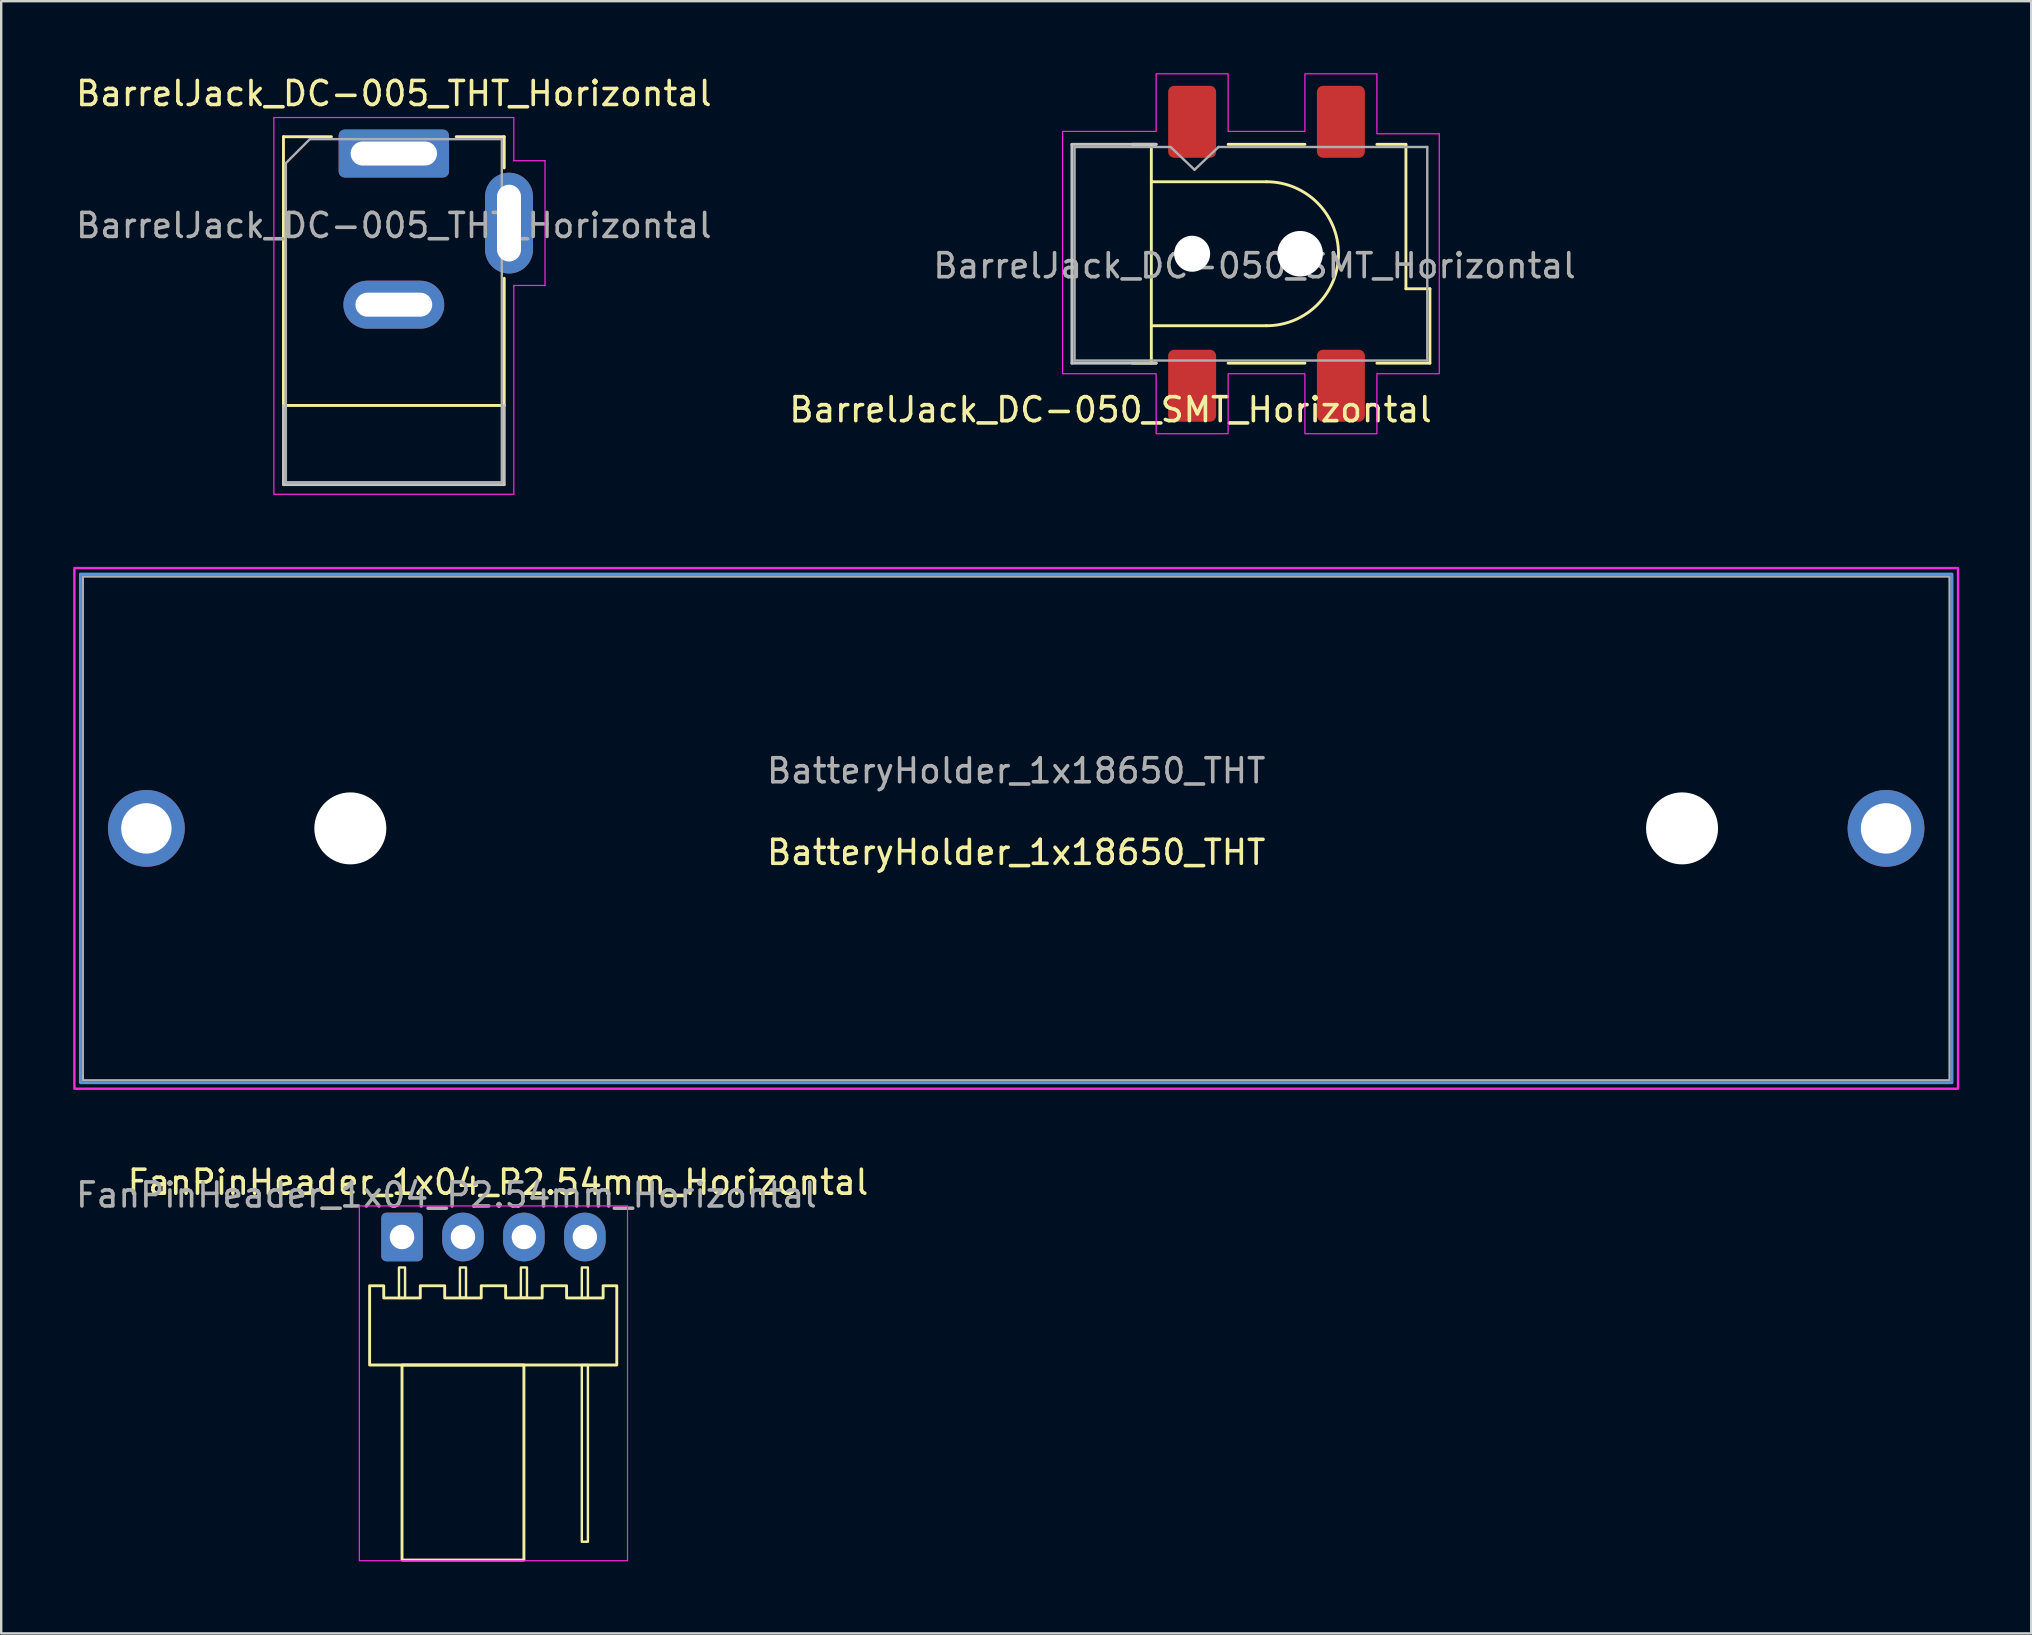
<source format=kicad_pcb>
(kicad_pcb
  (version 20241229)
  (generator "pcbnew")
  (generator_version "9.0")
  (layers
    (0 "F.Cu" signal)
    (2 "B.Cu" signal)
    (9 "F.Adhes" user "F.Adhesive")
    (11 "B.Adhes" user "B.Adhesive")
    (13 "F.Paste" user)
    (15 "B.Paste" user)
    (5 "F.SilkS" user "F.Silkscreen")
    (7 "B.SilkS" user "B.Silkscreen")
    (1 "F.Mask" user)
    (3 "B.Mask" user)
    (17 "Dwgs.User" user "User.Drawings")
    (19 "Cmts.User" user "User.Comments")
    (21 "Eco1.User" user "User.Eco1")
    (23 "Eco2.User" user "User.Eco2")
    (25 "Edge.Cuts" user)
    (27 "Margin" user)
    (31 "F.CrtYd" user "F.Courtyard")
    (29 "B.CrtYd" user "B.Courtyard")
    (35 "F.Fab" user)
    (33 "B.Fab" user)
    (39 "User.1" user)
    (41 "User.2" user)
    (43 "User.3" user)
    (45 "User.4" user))
  (footprint "FanPinHeader_1x04_P2.54mm_Horizontal"
    (layer "F.Cu")
    (at 13.704 48.502)
    (property "Reference" "FanPinHeader_1x04_P2.54mm_Horizontal" (at 4 -2.28 0) (layer "F.SilkS") (effects (font (size 1 1) (thickness 0.15))))
    (attr through_hole)
    (fp_rect (start -0.127 1.27) (end 0.127 2.54) (stroke (width 0.1) (type default)) (fill no) (layer "F.SilkS"))
    (fp_rect (start 2.413 1.27) (end 2.667 2.526) (stroke (width 0.1) (type default)) (fill no) (layer "F.SilkS"))
    (fp_rect (start 4.953 1.27) (end 5.207 2.526) (stroke (width 0.1) (type default)) (fill no) (layer "F.SilkS"))
    (fp_rect (start 7.493 1.27) (end 7.747 2.54) (stroke (width 0.1) (type default)) (fill no) (layer "F.SilkS"))
    (fp_rect (start 7.493 5.334) (end 7.747 12.7) (stroke (width 0.1) (type default)) (fill no) (layer "F.SilkS"))
    (fp_poly (pts (xy 0 5.334) (xy 5.08 5.334) (xy 5.08 13.462) (xy 0 13.462)) (stroke (width 0.12) (type solid)) (fill no) (layer "F.SilkS"))
    (fp_poly (pts (xy 1.778 2.54) (xy 3.302 2.54) (xy 3.302 2.032) (xy 4.318 2.032) (xy 4.318 2.54) (xy 5.842 2.54) (xy 5.842 2.032) (xy 6.858 2.032) (xy 6.858 2.54) (xy 8.382 2.54) (xy 8.382 2.032) (xy 8.95 2.032) (xy 8.95 5.334) (xy -1.35 5.334) (xy -1.35 2.032) (xy -0.762 2.032) (xy -0.762 2.54) (xy 0.762 2.54) (xy 0.762 2.032) (xy 1.778 2.032)) (stroke (width 0.12) (type default)) (fill no) (layer "F.SilkS"))
    (fp_poly (pts (xy 9.398 13.491) (xy 9.398 -1.295) (xy -1.778 -1.295) (xy -1.778 13.491)) (stroke (width 0.05) (type solid)) (fill no) (layer "F.CrtYd"))
    (fp_text user "${REFERENCE}" (at 1.85 -1.75 0) (layer "F.Fab") (effects (font (size 1 1) (thickness 0.15))))
    (pad "1" thru_hole roundrect (at 0 0 90) (size 2.03 1.73) (drill 1.02) (layers "*.Cu" "*.Mask") (roundrect_rratio 0.125))
    (pad "2" thru_hole oval (at 2.54 0 90) (size 2.03 1.73) (drill 1.02) (layers "*.Cu" "*.Mask"))
    (pad "3" thru_hole oval (at 5.08 0 90) (size 2.03 1.73) (drill 1.02) (layers "*.Cu" "*.Mask"))
    (pad "4" thru_hole oval (at 7.62 0 90) (size 2.03 1.73) (drill 1.02) (layers "*.Cu" "*.Mask")))
  (footprint "BatteryHolder_1x18650_THT"
    (layer "F.Cu")
    (at 39.3 31.473)
    (property "Reference" "BatteryHolder_1x18650_THT" (at 0 1 0) (layer "F.SilkS") (effects (font (size 1 1) (thickness 0.15))))
    (attr through_hole)
    (fp_rect (start -39 -10.6) (end 39 10.6) (stroke (width 0.12) (type default)) (fill no) (layer "Cmts.User"))
    (fp_rect (start -39.25 -10.85) (end 39.25 10.85) (stroke (width 0.1) (type default)) (fill no) (layer "F.CrtYd"))
    (fp_rect (start -38.9 -10.5) (end 38.9 10.5) (stroke (width 0.1) (type default)) (fill no) (layer "F.Fab"))
    (fp_circle (center -38.9 10.4) (end -38.87 10.4) (stroke (width 0.06) (type solid)) (fill no) (layer "F.Fab"))
    (fp_text user "${REFERENCE}" (at 0 -2.4 0) (layer "F.Fab") (effects (font (size 1 1) (thickness 0.15))))
    (pad "" np_thru_hole circle (at -27.75 0) (size 3 3) (drill 3) (layers "*.Cu" "*.Mask"))
    (pad "" np_thru_hole circle (at 27.75 0) (size 3 3) (drill 3) (layers "*.Cu" "*.Mask"))
    (pad "1" thru_hole circle (at -36.25 0) (size 3.2 3.2) (drill 2.1) (layers "*.Cu" "*.Mask"))
    (pad "2" thru_hole circle (at 36.25 0) (size 3.2 3.2) (drill 2.1) (layers "*.Cu" "*.Mask")))
  (footprint "BarrelJack_DC-005_THT_Horizontal"
    (layer "F.Cu")
    (at 13.363 3.348)
    (property "Reference" "BarrelJack_DC-005_THT_Horizontal" (at 0 -2.5 0) (layer "F.SilkS") (effects (font (size 1 1) (thickness 0.15))))
    (attr through_hole)
    (fp_line (start -4.6 -0.7) (end -2.6 -0.7) (stroke (width 0.12) (type solid)) (layer "F.SilkS"))
    (fp_line (start -4.6 10.5) (end -4.6 -0.7) (stroke (width 0.12) (type solid)) (layer "F.SilkS"))
    (fp_line (start 2.6 -0.7) (end 4.6 -0.7) (stroke (width 0.12) (type solid)) (layer "F.SilkS"))
    (fp_line (start 4.6 -0.7) (end 4.6 0.6) (stroke (width 0.12) (type solid)) (layer "F.SilkS"))
    (fp_line (start 4.6 5.2) (end 4.6 10.5) (stroke (width 0.12) (type solid)) (layer "F.SilkS"))
    (fp_line (start 4.6 10.5) (end -4.6 10.5) (stroke (width 0.12) (type solid)) (layer "F.SilkS"))
    (fp_line (start -4.6 10.5) (end -4.6 13.8) (stroke (width 0.12) (type default)) (layer "Dwgs.User"))
    (fp_line (start 4.6 10.5) (end 4.6 13.8) (stroke (width 0.12) (type default)) (layer "Dwgs.User"))
    (fp_line (start 4.6 13.8) (end -4.6 13.8) (stroke (width 0.12) (type solid)) (layer "Dwgs.User"))
    (fp_line (start -5 -1.5) (end -5 14.2) (stroke (width 0.05) (type solid)) (layer "F.CrtYd"))
    (fp_line (start -5 14.2) (end 5 14.2) (stroke (width 0.05) (type solid)) (layer "F.CrtYd"))
    (fp_line (start 5 -1.5) (end -5 -1.5) (stroke (width 0.05) (type solid)) (layer "F.CrtYd"))
    (fp_line (start 5 0.3) (end 5 -1.5) (stroke (width 0.05) (type solid)) (layer "F.CrtYd"))
    (fp_line (start 5 14.2) (end 5 5.5) (stroke (width 0.05) (type solid)) (layer "F.CrtYd"))
    (fp_line (start 6.3 0.3) (end 5 0.3) (stroke (width 0.05) (type solid)) (layer "F.CrtYd"))
    (fp_line (start 6.3 0.3) (end 6.3 5.5) (stroke (width 0.05) (type solid)) (layer "F.CrtYd"))
    (fp_line (start 6.3 5.5) (end 5 5.5) (stroke (width 0.05) (type solid)) (layer "F.CrtYd"))
    (fp_line (start -4.5 0.4) (end -3.5 -0.6) (stroke (width 0.1) (type solid)) (layer "F.Fab"))
    (fp_line (start -4.5 13.7) (end -4.5 0.4) (stroke (width 0.1) (type solid)) (layer "F.Fab"))
    (fp_line (start 4.5 -0.6) (end -3.5 -0.6) (stroke (width 0.1) (type solid)) (layer "F.Fab"))
    (fp_line (start 4.5 -0.6) (end 4.5 13.7) (stroke (width 0.1) (type solid)) (layer "F.Fab"))
    (fp_line (start 4.5 13.7) (end -4.5 13.7) (stroke (width 0.1) (type solid)) (layer "F.Fab"))
    (fp_text user "${REFERENCE}" (at 0 3 0) (layer "F.Fab") (effects (font (size 1 1) (thickness 0.15))))
    (pad "1" thru_hole roundrect (at 0 0) (size 4.6 2) (drill oval 3.6 1) (layers "*.Cu" "*.Mask") (roundrect_rratio 0.125))
    (pad "2" thru_hole oval (at 0 6.3) (size 4.2 2) (drill oval 3.2 1) (layers "*.Cu" "*.Mask"))
    (pad "3" thru_hole oval (at 4.8 2.9) (size 2 4.2) (drill oval 1 3.2) (layers "*.Cu" "*.Mask")))
  (footprint "BarrelJack_DC-050_SMT_Horizontal"
    (layer "F.Cu")
    (at 49.732 7.525)
    (property "Reference" "BarrelJack_DC-050_SMT_Horizontal" (at -6.5 6.5 180) (layer "F.SilkS") (effects (font (size 1 1) (thickness 0.15))))
    (attr smd)
    (fp_line (start -5.6 -4.56) (end -4.6 -4.56) (stroke (width 0.12) (type solid)) (layer "F.SilkS"))
    (fp_line (start -5.6 4.56) (end -4.6 4.56) (stroke (width 0.12) (type solid)) (layer "F.SilkS"))
    (fp_line (start -4.8 -3) (end 0 -3) (stroke (width 0.12) (type solid)) (layer "F.SilkS"))
    (fp_line (start -4.8 3) (end 0 3) (stroke (width 0.12) (type solid)) (layer "F.SilkS"))
    (fp_line (start -4.8 4.56) (end -4.8 -4.56) (stroke (width 0.12) (type solid)) (layer "F.SilkS"))
    (fp_line (start -1.6 -4.56) (end 1.6 -4.56) (stroke (width 0.12) (type solid)) (layer "F.SilkS"))
    (fp_line (start -1.6 4.56) (end 1.6 4.56) (stroke (width 0.12) (type solid)) (layer "F.SilkS"))
    (fp_line (start 4.6 -4.56) (end 5.81 -4.56) (stroke (width 0.12) (type solid)) (layer "F.SilkS"))
    (fp_line (start 4.6 4.56) (end 6.81 4.56) (stroke (width 0.12) (type solid)) (layer "F.SilkS"))
    (fp_line (start 5.81 1.46) (end 5.81 -4.56) (stroke (width 0.12) (type solid)) (layer "F.SilkS"))
    (fp_line (start 6.81 1.46) (end 5.81 1.46) (stroke (width 0.12) (type default)) (layer "F.SilkS"))
    (fp_line (start 6.81 4.56) (end 6.81 1.46) (stroke (width 0.12) (type default)) (layer "F.SilkS"))
    (fp_arc (start 0 -3) (mid 3 0) (end 0 3) (stroke (width 0.12) (type solid)) (layer "F.SilkS"))
    (fp_line (start -8.11 -4.56) (end -4.6 -4.56) (stroke (width 0.12) (type solid)) (layer "Dwgs.User"))
    (fp_line (start -8.11 4.56) (end -8.11 -4.56) (stroke (width 0.12) (type solid)) (layer "Dwgs.User"))
    (fp_line (start -8.11 4.56) (end -4.6 4.56) (stroke (width 0.12) (type solid)) (layer "Dwgs.User"))
    (fp_poly (pts (xy -1.6 -7.5) (xy -1.6 -5.1) (xy 1.6 -5.1) (xy 1.6 -7.5) (xy 4.6 -7.5) (xy 4.6 -5) (xy 7.2 -5) (xy 7.2 5) (xy 4.6 5) (xy 4.6 7.5) (xy 1.6 7.5) (xy 1.6 5) (xy -1.6 5) (xy -1.6 7.5) (xy -4.6 7.5) (xy -4.6 5) (xy -8.5 5) (xy -8.5 -5.1) (xy -4.6 -5.1) (xy -4.6 -7.5)) (stroke (width 0.05) (type solid)) (fill no) (layer "F.CrtYd"))
    (fp_line (start -8 -4.45) (end -4 -4.45) (stroke (width 0.1) (type solid)) (layer "F.Fab"))
    (fp_line (start -8 4.45) (end -8 -4.45) (stroke (width 0.1) (type solid)) (layer "F.Fab"))
    (fp_line (start -8 4.45) (end 6.7 4.45) (stroke (width 0.1) (type solid)) (layer "F.Fab"))
    (fp_line (start -4 -4.45) (end -3 -3.5) (stroke (width 0.1) (type solid)) (layer "F.Fab"))
    (fp_line (start -3 -3.5) (end -2 -4.45) (stroke (width 0.1) (type solid)) (layer "F.Fab"))
    (fp_line (start -2 -4.45) (end 6.7 -4.45) (stroke (width 0.1) (type solid)) (layer "F.Fab"))
    (fp_line (start 6.7 4.45) (end 6.7 -4.45) (stroke (width 0.1) (type solid)) (layer "F.Fab"))
    (fp_text user "${REFERENCE}" (at -0.5 0.5 180) (layer "F.Fab") (effects (font (size 1 1) (thickness 0.15))))
    (pad "" np_thru_hole circle (at -3.1 0 90) (size 1.5 1.5) (drill 1.5) (layers "*.Cu" "*.Mask"))
    (pad "" np_thru_hole circle (at 1.4 0 90) (size 1.9 1.9) (drill 1.9) (layers "*.Cu" "*.Mask"))
    (pad "1" smd roundrect (at -3.1 -5.5 180) (size 2 3) (layers "F.Cu" "F.Mask" "F.Paste") (roundrect_rratio 0.125))
    (pad "1" smd roundrect (at 3.1 -5.5 180) (size 2 3) (layers "F.Cu" "F.Mask" "F.Paste") (roundrect_rratio 0.125))
    (pad "2" smd roundrect (at -3.1 5.5 180) (size 2 3) (layers "F.Cu" "F.Mask" "F.Paste") (roundrect_rratio 0.125))
    (pad "3" smd roundrect (at 3.1 5.5 180) (size 2 3) (layers "F.Cu" "F.Mask" "F.Paste") (roundrect_rratio 0.125)))
  (gr_rect
    (start -3 -3)
    (end 81.6 65.023)
    (stroke (width 0.1) (type default))
    (fill no)
    (layer "Edge.Cuts")))
</source>
